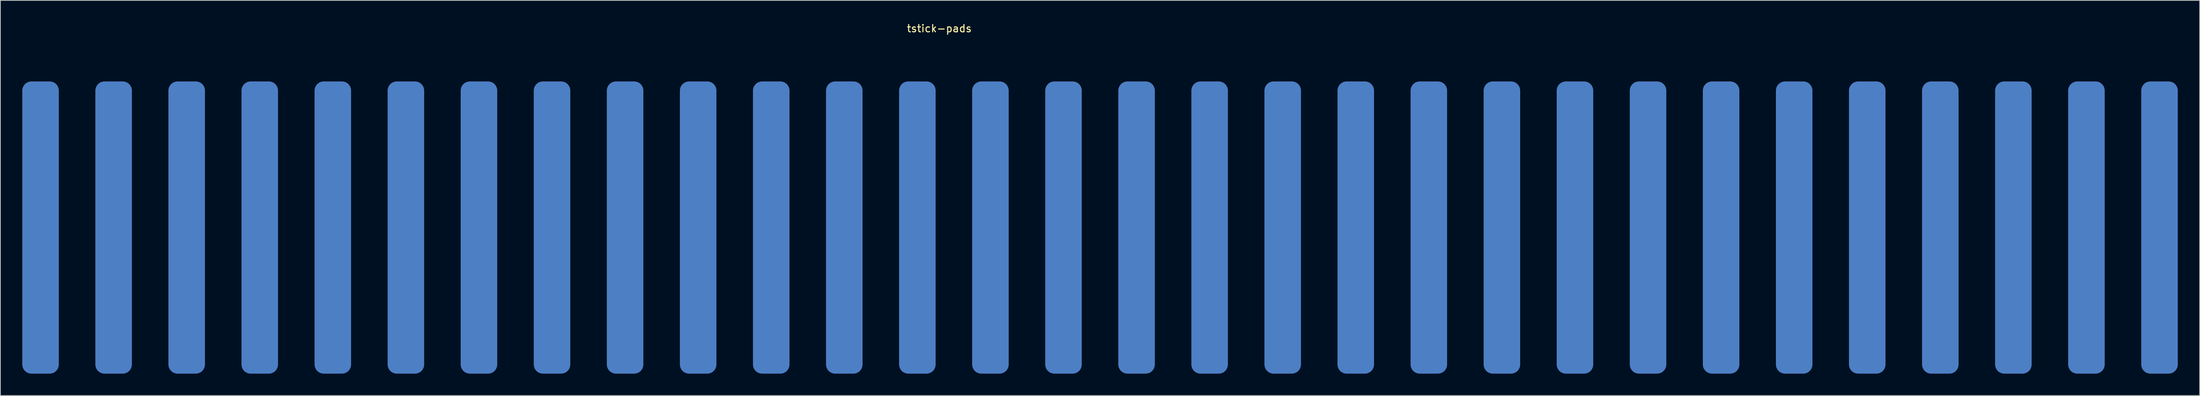
<source format=kicad_pcb>
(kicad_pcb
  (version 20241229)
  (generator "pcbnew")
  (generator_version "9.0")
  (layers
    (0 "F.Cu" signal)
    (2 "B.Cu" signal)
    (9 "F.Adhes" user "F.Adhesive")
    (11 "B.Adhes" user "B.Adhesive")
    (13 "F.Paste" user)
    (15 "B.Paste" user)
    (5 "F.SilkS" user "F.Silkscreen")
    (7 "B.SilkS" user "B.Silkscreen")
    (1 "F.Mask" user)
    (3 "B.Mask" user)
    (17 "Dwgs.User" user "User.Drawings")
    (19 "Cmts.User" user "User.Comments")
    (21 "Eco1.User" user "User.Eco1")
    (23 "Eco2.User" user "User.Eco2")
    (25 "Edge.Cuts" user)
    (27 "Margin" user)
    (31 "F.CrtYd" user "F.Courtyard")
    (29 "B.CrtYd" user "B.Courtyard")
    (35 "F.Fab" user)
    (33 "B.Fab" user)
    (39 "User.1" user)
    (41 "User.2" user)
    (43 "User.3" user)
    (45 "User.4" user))
  (footprint "tstick-pads"
    (layer "F.Cu")
    (at 2.5 28.098)
    (property "Reference" "tstick-pads" (at 123 -27.25 0) (unlocked yes) (layer "F.SilkS") (effects (font (size 1 1) (thickness 0.15))))
    (attr smd)
    (pad "1" smd roundrect (at 0 0) (size 5 40) (layers "B.Cu" "B.Mask" "B.Paste") (roundrect_rratio 0.25))
    (pad "2" smd roundrect (at 10 0) (size 5 40) (layers "B.Cu" "B.Mask" "B.Paste") (roundrect_rratio 0.25))
    (pad "3" smd roundrect (at 20 0) (size 5 40) (layers "B.Cu" "B.Mask" "B.Paste") (roundrect_rratio 0.25))
    (pad "4" smd roundrect (at 30 0) (size 5 40) (layers "B.Cu" "B.Mask" "B.Paste") (roundrect_rratio 0.25))
    (pad "5" smd roundrect (at 40 0) (size 5 40) (layers "B.Cu" "B.Mask" "B.Paste") (roundrect_rratio 0.25))
    (pad "6" smd roundrect (at 50 0) (size 5 40) (layers "B.Cu" "B.Mask" "B.Paste") (roundrect_rratio 0.25))
    (pad "7" smd roundrect (at 60 0) (size 5 40) (layers "B.Cu" "B.Mask" "B.Paste") (roundrect_rratio 0.25))
    (pad "8" smd roundrect (at 70 0) (size 5 40) (layers "B.Cu" "B.Mask" "B.Paste") (roundrect_rratio 0.25))
    (pad "9" smd roundrect (at 80 0) (size 5 40) (layers "B.Cu" "B.Mask" "B.Paste") (roundrect_rratio 0.25))
    (pad "10" smd roundrect (at 90 0) (size 5 40) (layers "B.Cu" "B.Mask" "B.Paste") (roundrect_rratio 0.25))
    (pad "11" smd roundrect (at 100 0) (size 5 40) (layers "B.Cu" "B.Mask" "B.Paste") (roundrect_rratio 0.25))
    (pad "12" smd roundrect (at 110 0) (size 5 40) (layers "B.Cu" "B.Mask" "B.Paste") (roundrect_rratio 0.25))
    (pad "13" smd roundrect (at 120 0) (size 5 40) (layers "B.Cu" "B.Mask" "B.Paste") (roundrect_rratio 0.25))
    (pad "14" smd roundrect (at 130 0) (size 5 40) (layers "B.Cu" "B.Mask" "B.Paste") (roundrect_rratio 0.25))
    (pad "15" smd roundrect (at 140 0) (size 5 40) (layers "B.Cu" "B.Mask" "B.Paste") (roundrect_rratio 0.25))
    (pad "16" smd roundrect (at 150 0) (size 5 40) (layers "B.Cu" "B.Mask" "B.Paste") (roundrect_rratio 0.25))
    (pad "17" smd roundrect (at 160 0) (size 5 40) (layers "B.Cu" "B.Mask" "B.Paste") (roundrect_rratio 0.25))
    (pad "18" smd roundrect (at 170 0) (size 5 40) (layers "B.Cu" "B.Mask" "B.Paste") (roundrect_rratio 0.25))
    (pad "19" smd roundrect (at 180 0) (size 5 40) (layers "B.Cu" "B.Mask" "B.Paste") (roundrect_rratio 0.25))
    (pad "20" smd roundrect (at 190 0) (size 5 40) (layers "B.Cu" "B.Mask" "B.Paste") (roundrect_rratio 0.25))
    (pad "21" smd roundrect (at 200 0) (size 5 40) (layers "B.Cu" "B.Mask" "B.Paste") (roundrect_rratio 0.25))
    (pad "22" smd roundrect (at 210 0) (size 5 40) (layers "B.Cu" "B.Mask" "B.Paste") (roundrect_rratio 0.25))
    (pad "23" smd roundrect (at 220 0) (size 5 40) (layers "B.Cu" "B.Mask" "B.Paste") (roundrect_rratio 0.25))
    (pad "24" smd roundrect (at 230 0) (size 5 40) (layers "B.Cu" "B.Mask" "B.Paste") (roundrect_rratio 0.25))
    (pad "25" smd roundrect (at 240 0) (size 5 40) (layers "B.Cu" "B.Mask" "B.Paste") (roundrect_rratio 0.25))
    (pad "26" smd roundrect (at 250 0) (size 5 40) (layers "B.Cu" "B.Mask" "B.Paste") (roundrect_rratio 0.25))
    (pad "27" smd roundrect (at 260 0) (size 5 40) (layers "B.Cu" "B.Mask" "B.Paste") (roundrect_rratio 0.25))
    (pad "28" smd roundrect (at 270 0) (size 5 40) (layers "B.Cu" "B.Mask" "B.Paste") (roundrect_rratio 0.25))
    (pad "29" smd roundrect (at 280 0) (size 5 40) (layers "B.Cu" "B.Mask" "B.Paste") (roundrect_rratio 0.25))
    (pad "30" smd roundrect (at 290 0) (size 5 40) (layers "B.Cu" "B.Mask" "B.Paste") (roundrect_rratio 0.25)))
  (gr_rect
    (start -3 -3)
    (end 298 51.098)
    (stroke (width 0.1) (type default))
    (fill no)
    (layer "Edge.Cuts")))
</source>
